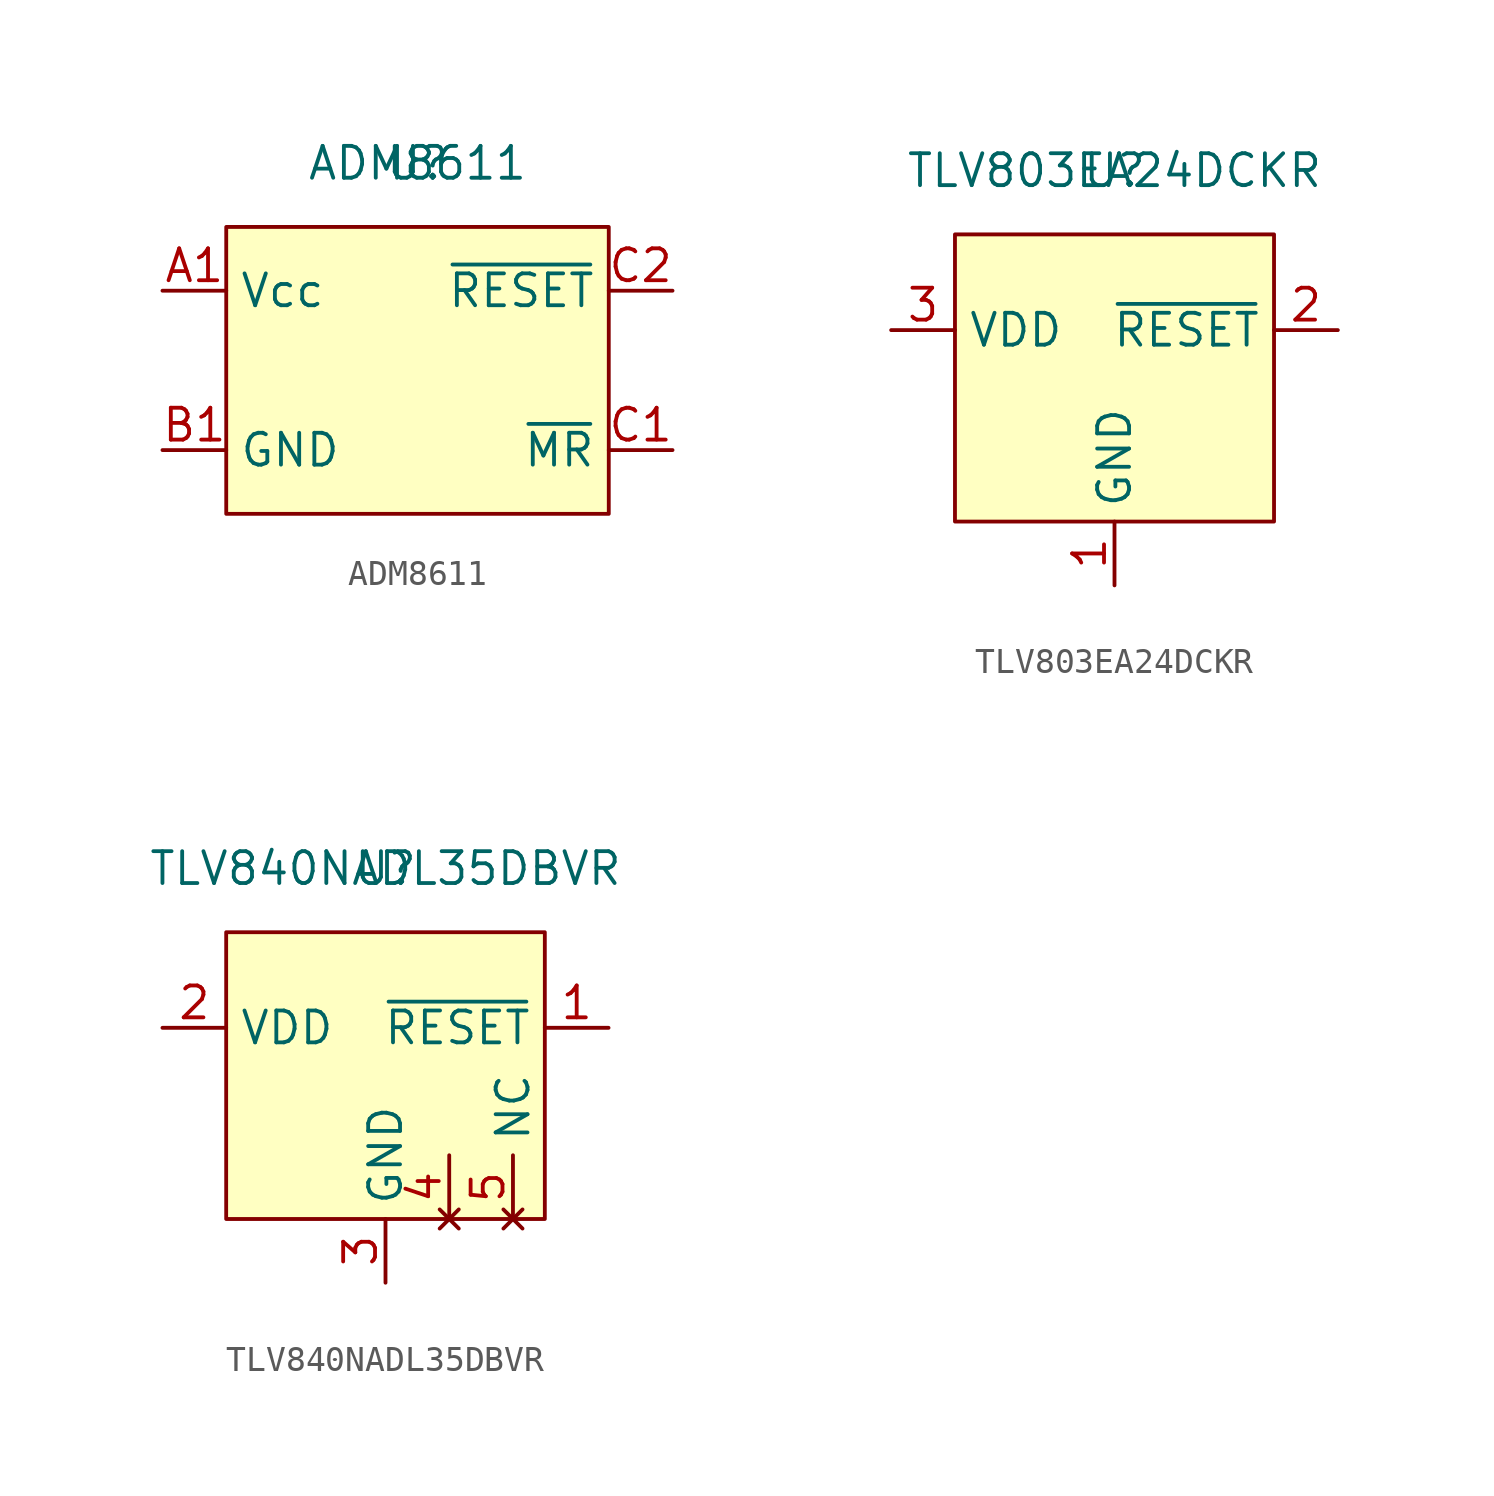
<source format=kicad_sym>
(kicad_symbol_lib
  (version 20220914)
  (generator kicad_symbol_editor)
  (symbol "ADM8611"
    (property "Reference" "U"
      (at 0 0 0)
      (effects (font (size 1.27 1.27))))
    (property "Value" "ADM8611"
      (at 0 0 0)
      (effects (font (size 1.27 1.27))))
    (symbol "ADM8611_0_1"
      (rectangle (start -7.62 -2.54) (end 7.62 -13.97) (stroke (width 0) (type default)) (fill (type background))))
    (symbol "ADM8611_1_1"
      (pin power_in line (at -10.16 -5.08 0) (length 2.54) (name "Vcc" (effects (font (size 1.27 1.27)))) (number "A1" (effects (font (size 1.27 1.27)))))
      (pin power_in line (at -10.16 -11.43 0) (length 2.54) hide (name "GND" (effects (font (size 1.27 1.27)))) (number "A2" (effects (font (size 1.27 1.27)))))
      (pin power_in line (at -10.16 -11.43 0) (length 2.54) (name "GND" (effects (font (size 1.27 1.27)))) (number "B1" (effects (font (size 1.27 1.27)))))
      (pin power_in line (at -10.16 -11.43 0) (length 2.54) hide (name "GND" (effects (font (size 1.27 1.27)))) (number "B2" (effects (font (size 1.27 1.27)))))
      (pin input line (at 10.16 -11.43 180) (length 2.54) (name "~{MR}" (effects (font (size 1.27 1.27)))) (number "C1" (effects (font (size 1.27 1.27)))))
      (pin open_collector line (at 10.16 -5.08 180) (length 2.54) (name "~{RESET}" (effects (font (size 1.27 1.27)))) (number "C2" (effects (font (size 1.27 1.27)))))))
  (symbol "TLV803EA24DCKR"
    (property "Reference" "U"
      (at 0 0 0)
      (effects (font (size 1.27 1.27))))
    (property "Value" "TLV803EA24DCKR"
      (at 0 0 0)
      (effects (font (size 1.27 1.27))))
    (symbol "TLV803EA24DCKR_0_1"
      (rectangle (start -6.35 -2.54) (end 6.35 -13.97) (stroke (width 0) (type default)) (fill (type background))))
    (symbol "TLV803EA24DCKR_1_1"
      (pin power_in line (at 0 -16.51 90) (length 2.54) (name "GND" (effects (font (size 1.27 1.27)))) (number "1" (effects (font (size 1.27 1.27)))))
      (pin output line (at 8.89 -6.35 180) (length 2.54) (name "~{RESET}" (effects (font (size 1.27 1.27)))) (number "2" (effects (font (size 1.27 1.27)))))
      (pin power_in line (at -8.89 -6.35 0) (length 2.54) (name "VDD" (effects (font (size 1.27 1.27)))) (number "3" (effects (font (size 1.27 1.27)))))))
  (symbol "TLV840NADL35DBVR"
    (property "Reference" "U"
      (at 0 0 0)
      (effects (font (size 1.27 1.27))))
    (property "Value" "TLV840NADL35DBVR"
      (at 0 0 0)
      (effects (font (size 1.27 1.27))))
    (symbol "TLV840NADL35DBVR_0_1"
      (rectangle (start -6.35 -2.54) (end 6.35 -13.97) (stroke (width 0) (type default)) (fill (type background))))
    (symbol "TLV840NADL35DBVR_1_1"
      (pin output line (at 8.89 -6.35 180) (length 2.54) (name "~{RESET}" (effects (font (size 1.27 1.27)))) (number "1" (effects (font (size 1.27 1.27)))))
      (pin power_in line (at -8.89 -6.35 0) (length 2.54) (name "VDD" (effects (font (size 1.27 1.27)))) (number "2" (effects (font (size 1.27 1.27)))))
      (pin power_in line (at 0 -16.51 90) (length 2.54) (name "GND" (effects (font (size 1.27 1.27)))) (number "3" (effects (font (size 1.27 1.27)))))
      (pin no_connect line (at 2.54 -13.97 90) (length 2.54) (name "" (effects (font (size 1.27 1.27)))) (number "4" (effects (font (size 1.27 1.27)))))
      (pin no_connect line (at 5.08 -13.97 90) (length 2.54) (name "NC" (effects (font (size 1.27 1.27)))) (number "5" (effects (font (size 1.27 1.27))))))))
</source>
